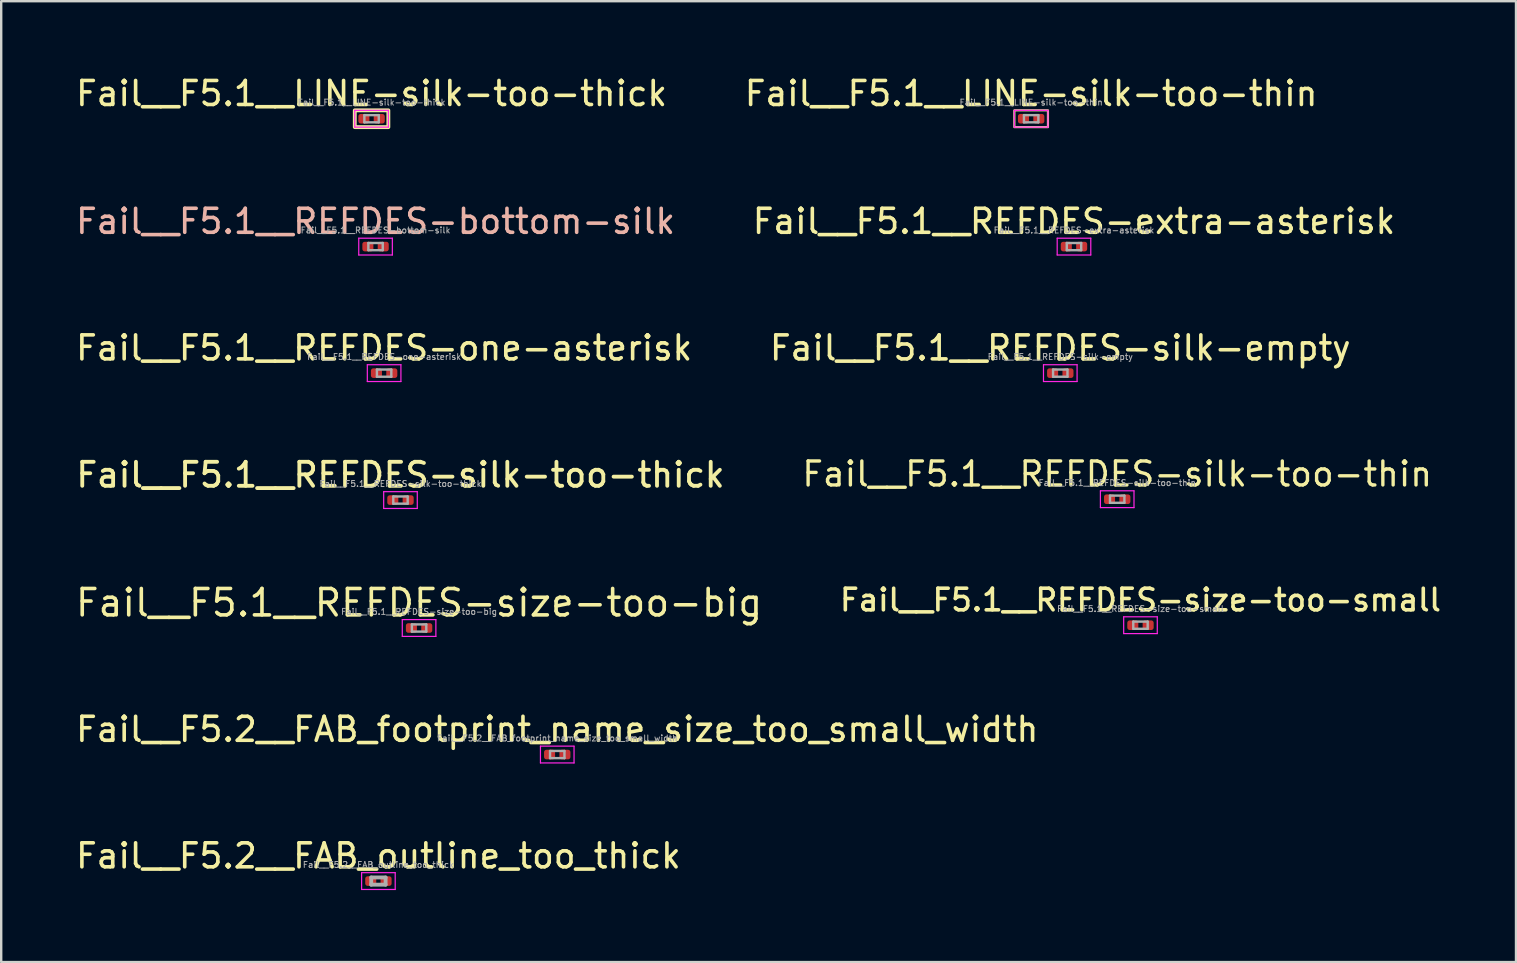
<source format=kicad_pcb>
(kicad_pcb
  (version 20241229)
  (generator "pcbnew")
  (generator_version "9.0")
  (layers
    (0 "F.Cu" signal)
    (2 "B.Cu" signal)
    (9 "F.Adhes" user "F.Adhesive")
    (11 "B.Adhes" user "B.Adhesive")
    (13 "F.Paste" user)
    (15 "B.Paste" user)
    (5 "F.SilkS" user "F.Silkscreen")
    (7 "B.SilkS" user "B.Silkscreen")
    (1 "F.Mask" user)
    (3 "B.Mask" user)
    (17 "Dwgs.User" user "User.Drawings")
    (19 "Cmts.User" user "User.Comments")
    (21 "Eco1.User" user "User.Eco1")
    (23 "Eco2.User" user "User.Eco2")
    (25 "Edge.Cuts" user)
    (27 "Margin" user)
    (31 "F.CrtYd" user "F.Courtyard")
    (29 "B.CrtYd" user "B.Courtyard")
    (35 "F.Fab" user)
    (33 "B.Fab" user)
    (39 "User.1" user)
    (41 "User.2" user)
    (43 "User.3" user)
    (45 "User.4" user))
  (footprint "Fail__F5.1__REFDES-extra-asterisk"
    (layer "F.Cu")
    (at 41.708 7.226)
    (property "Reference" "Fail__F5.1__REFDES-extra-asterisk" (at 0 -1.05 0) (layer "F.SilkS") (effects (font (size 1 1) (thickness 0.15))))
    (attr smd)
    (fp_line (start -0.7 -0.35) (end 0.7 -0.35) (stroke (width 0.05) (type solid)) (layer "F.CrtYd"))
    (fp_line (start -0.7 0.35) (end -0.7 -0.35) (stroke (width 0.05) (type solid)) (layer "F.CrtYd"))
    (fp_line (start 0.7 -0.35) (end 0.7 0.35) (stroke (width 0.05) (type solid)) (layer "F.CrtYd"))
    (fp_line (start 0.7 0.35) (end -0.7 0.35) (stroke (width 0.05) (type solid)) (layer "F.CrtYd"))
    (fp_line (start -0.3 -0.15) (end 0.3 -0.15) (stroke (width 0.1) (type solid)) (layer "F.Fab"))
    (fp_line (start -0.3 0.15) (end -0.3 -0.15) (stroke (width 0.1) (type solid)) (layer "F.Fab"))
    (fp_line (start 0.3 -0.15) (end 0.3 0.15) (stroke (width 0.1) (type solid)) (layer "F.Fab"))
    (fp_line (start 0.3 0.15) (end -0.3 0.15) (stroke (width 0.1) (type solid)) (layer "F.Fab"))
    (fp_text user "${REFERENCE}" (at 0 -0.68 0) (layer "F.Fab") (effects (font (size 0.25 0.25) (thickness 0.04))))
    (pad "" smd roundrect (at -0.345 0) (size 0.318 0.36) (layers "F.Paste") (roundrect_rratio 0.25))
    (pad "" smd roundrect (at 0.345 0) (size 0.318 0.36) (layers "F.Paste") (roundrect_rratio 0.25))
    (pad "1" smd roundrect (at -0.32 0) (size 0.46 0.4) (layers "F.Cu" "F.Mask") (roundrect_rratio 0.25))
    (pad "2" smd roundrect (at 0.32 0) (size 0.46 0.4) (layers "F.Cu" "F.Mask") (roundrect_rratio 0.25)))
  (footprint "Fail__F5.2__FAB_footprint_name_size_too_small_width"
    (layer "F.Cu")
    (at 20.173 28.396)
    (property "Reference" "Fail__F5.2__FAB_footprint_name_size_too_small_width" (at 0 -1.05 0) (layer "F.SilkS") (effects (font (size 1 1) (thickness 0.15))))
    (attr smd)
    (fp_line (start -0.7 -0.35) (end 0.7 -0.35) (stroke (width 0.05) (type solid)) (layer "F.CrtYd"))
    (fp_line (start -0.7 0.35) (end -0.7 -0.35) (stroke (width 0.05) (type solid)) (layer "F.CrtYd"))
    (fp_line (start 0.7 -0.35) (end 0.7 0.35) (stroke (width 0.05) (type solid)) (layer "F.CrtYd"))
    (fp_line (start 0.7 0.35) (end -0.7 0.35) (stroke (width 0.05) (type solid)) (layer "F.CrtYd"))
    (fp_line (start -0.3 -0.15) (end 0.3 -0.15) (stroke (width 0.1) (type solid)) (layer "F.Fab"))
    (fp_line (start -0.3 0.15) (end -0.3 -0.15) (stroke (width 0.1) (type solid)) (layer "F.Fab"))
    (fp_line (start 0.3 -0.15) (end 0.3 0.15) (stroke (width 0.1) (type solid)) (layer "F.Fab"))
    (fp_line (start 0.3 0.15) (end -0.3 0.15) (stroke (width 0.1) (type solid)) (layer "F.Fab"))
    (fp_text user "${REFERENCE}" (at 0 -0.68 0) (layer "F.Fab") (effects (font (size 0.25 0.25) (thickness 0.04))))
    (pad "" smd roundrect (at -0.345 0) (size 0.318 0.36) (layers "F.Paste") (roundrect_rratio 0.25))
    (pad "" smd roundrect (at 0.345 0) (size 0.318 0.36) (layers "F.Paste") (roundrect_rratio 0.25))
    (pad "1" smd roundrect (at -0.32 0) (size 0.46 0.4) (layers "F.Cu" "F.Mask") (roundrect_rratio 0.25))
    (pad "2" smd roundrect (at 0.32 0) (size 0.46 0.4) (layers "F.Cu" "F.Mask") (roundrect_rratio 0.25)))
  (footprint "Fail__F5.1__REFDES-size-too-big"
    (layer "F.Cu")
    (at 14.415 23.122)
    (property "Reference" "Fail__F5.1__REFDES-size-too-big" (at 0 -1.05 0) (layer "F.SilkS") (effects (font (size 1.1 1.1) (thickness 0.15))))
    (attr smd)
    (fp_line (start -0.7 -0.35) (end 0.7 -0.35) (stroke (width 0.05) (type solid)) (layer "F.CrtYd"))
    (fp_line (start -0.7 0.35) (end -0.7 -0.35) (stroke (width 0.05) (type solid)) (layer "F.CrtYd"))
    (fp_line (start 0.7 -0.35) (end 0.7 0.35) (stroke (width 0.05) (type solid)) (layer "F.CrtYd"))
    (fp_line (start 0.7 0.35) (end -0.7 0.35) (stroke (width 0.05) (type solid)) (layer "F.CrtYd"))
    (fp_line (start -0.3 -0.15) (end 0.3 -0.15) (stroke (width 0.1) (type solid)) (layer "F.Fab"))
    (fp_line (start -0.3 0.15) (end -0.3 -0.15) (stroke (width 0.1) (type solid)) (layer "F.Fab"))
    (fp_line (start 0.3 -0.15) (end 0.3 0.15) (stroke (width 0.1) (type solid)) (layer "F.Fab"))
    (fp_line (start 0.3 0.15) (end -0.3 0.15) (stroke (width 0.1) (type solid)) (layer "F.Fab"))
    (fp_text user "${REFERENCE}" (at 0 -0.68 0) (layer "F.Fab") (effects (font (size 0.25 0.25) (thickness 0.04))))
    (pad "" smd roundrect (at -0.345 0) (size 0.318 0.36) (layers "F.Paste") (roundrect_rratio 0.25))
    (pad "" smd roundrect (at 0.345 0) (size 0.318 0.36) (layers "F.Paste") (roundrect_rratio 0.25))
    (pad "1" smd roundrect (at -0.32 0) (size 0.46 0.4) (layers "F.Cu" "F.Mask") (roundrect_rratio 0.25))
    (pad "2" smd roundrect (at 0.32 0) (size 0.46 0.4) (layers "F.Cu" "F.Mask") (roundrect_rratio 0.25)))
  (footprint "Fail__F5.1__REFDES-silk-empty"
    (layer "F.Cu")
    (at 41.137 12.5)
    (property "Reference" "Fail__F5.1__REFDES-silk-empty" (at 0 -1.05 0) (layer "F.SilkS") (effects (font (size 1 1) (thickness 0.15))))
    (attr smd)
    (fp_line (start -0.7 -0.35) (end 0.7 -0.35) (stroke (width 0.05) (type solid)) (layer "F.CrtYd"))
    (fp_line (start -0.7 0.35) (end -0.7 -0.35) (stroke (width 0.05) (type solid)) (layer "F.CrtYd"))
    (fp_line (start 0.7 -0.35) (end 0.7 0.35) (stroke (width 0.05) (type solid)) (layer "F.CrtYd"))
    (fp_line (start 0.7 0.35) (end -0.7 0.35) (stroke (width 0.05) (type solid)) (layer "F.CrtYd"))
    (fp_line (start -0.3 -0.15) (end 0.3 -0.15) (stroke (width 0.1) (type solid)) (layer "F.Fab"))
    (fp_line (start -0.3 0.15) (end -0.3 -0.15) (stroke (width 0.1) (type solid)) (layer "F.Fab"))
    (fp_line (start 0.3 -0.15) (end 0.3 0.15) (stroke (width 0.1) (type solid)) (layer "F.Fab"))
    (fp_line (start 0.3 0.15) (end -0.3 0.15) (stroke (width 0.1) (type solid)) (layer "F.Fab"))
    (fp_text user "${REFERENCE}" (at 0 -0.68 0) (layer "F.Fab") (effects (font (size 0.25 0.25) (thickness 0.04))))
    (pad "" smd roundrect (at -0.345 0) (size 0.318 0.36) (layers "F.Paste") (roundrect_rratio 0.25))
    (pad "" smd roundrect (at 0.345 0) (size 0.318 0.36) (layers "F.Paste") (roundrect_rratio 0.25))
    (pad "1" smd roundrect (at -0.32 0) (size 0.46 0.4) (layers "F.Cu" "F.Mask") (roundrect_rratio 0.25))
    (pad "2" smd roundrect (at 0.32 0) (size 0.46 0.4) (layers "F.Cu" "F.Mask") (roundrect_rratio 0.25)))
  (footprint "Fail__F5.1__REFDES-one-asterisk"
    (layer "F.Cu")
    (at 12.958 12.5)
    (property "Reference" "Fail__F5.1__REFDES-one-asterisk" (at 0 -1.05 0) (layer "F.SilkS") (effects (font (size 1 1) (thickness 0.15))))
    (attr smd)
    (fp_line (start -0.7 -0.35) (end 0.7 -0.35) (stroke (width 0.05) (type solid)) (layer "F.CrtYd"))
    (fp_line (start -0.7 0.35) (end -0.7 -0.35) (stroke (width 0.05) (type solid)) (layer "F.CrtYd"))
    (fp_line (start 0.7 -0.35) (end 0.7 0.35) (stroke (width 0.05) (type solid)) (layer "F.CrtYd"))
    (fp_line (start 0.7 0.35) (end -0.7 0.35) (stroke (width 0.05) (type solid)) (layer "F.CrtYd"))
    (fp_line (start -0.3 -0.15) (end 0.3 -0.15) (stroke (width 0.1) (type solid)) (layer "F.Fab"))
    (fp_line (start -0.3 0.15) (end -0.3 -0.15) (stroke (width 0.1) (type solid)) (layer "F.Fab"))
    (fp_line (start 0.3 -0.15) (end 0.3 0.15) (stroke (width 0.1) (type solid)) (layer "F.Fab"))
    (fp_line (start 0.3 0.15) (end -0.3 0.15) (stroke (width 0.1) (type solid)) (layer "F.Fab"))
    (fp_text user "${REFERENCE}" (at 0 -0.68 0) (layer "F.Fab") (effects (font (size 0.25 0.25) (thickness 0.04))))
    (pad "" smd roundrect (at -0.345 0) (size 0.318 0.36) (layers "F.Paste") (roundrect_rratio 0.25))
    (pad "" smd roundrect (at 0.345 0) (size 0.318 0.36) (layers "F.Paste") (roundrect_rratio 0.25))
    (pad "1" smd roundrect (at -0.32 0) (size 0.46 0.4) (layers "F.Cu" "F.Mask") (roundrect_rratio 0.25))
    (pad "2" smd roundrect (at 0.32 0) (size 0.46 0.4) (layers "F.Cu" "F.Mask") (roundrect_rratio 0.25)))
  (footprint "Fail__F5.1__LINE-silk-too-thick"
    (layer "F.Cu")
    (at 12.435 1.898)
    (property "Reference" "Fail__F5.1__LINE-silk-too-thick" (at 0 -1.05 0) (layer "F.SilkS") (effects (font (size 1 1) (thickness 0.15))))
    (attr smd)
    (fp_rect (start -0.7 -0.35) (end 0.7 0.35) (stroke (width 0.16) (type solid)) (fill no) (layer "F.SilkS"))
    (fp_line (start -0.7 -0.35) (end 0.7 -0.35) (stroke (width 0.05) (type solid)) (layer "F.CrtYd"))
    (fp_line (start -0.7 0.35) (end -0.7 -0.35) (stroke (width 0.05) (type solid)) (layer "F.CrtYd"))
    (fp_line (start 0.7 -0.35) (end 0.7 0.35) (stroke (width 0.05) (type solid)) (layer "F.CrtYd"))
    (fp_line (start 0.7 0.35) (end -0.7 0.35) (stroke (width 0.05) (type solid)) (layer "F.CrtYd"))
    (fp_line (start -0.3 -0.15) (end 0.3 -0.15) (stroke (width 0.1) (type solid)) (layer "F.Fab"))
    (fp_line (start -0.3 0.15) (end -0.3 -0.15) (stroke (width 0.1) (type solid)) (layer "F.Fab"))
    (fp_line (start 0.3 -0.15) (end 0.3 0.15) (stroke (width 0.1) (type solid)) (layer "F.Fab"))
    (fp_line (start 0.3 0.15) (end -0.3 0.15) (stroke (width 0.1) (type solid)) (layer "F.Fab"))
    (fp_text user "${REFERENCE}" (at 0 -0.68 0) (layer "F.Fab") (effects (font (size 0.25 0.25) (thickness 0.04))))
    (pad "" smd roundrect (at -0.345 0) (size 0.318 0.36) (layers "F.Paste") (roundrect_rratio 0.25))
    (pad "" smd roundrect (at 0.345 0) (size 0.318 0.36) (layers "F.Paste") (roundrect_rratio 0.25))
    (pad "1" smd roundrect (at -0.32 0) (size 0.46 0.4) (layers "F.Cu" "F.Mask") (roundrect_rratio 0.25))
    (pad "2" smd roundrect (at 0.32 0) (size 0.46 0.4) (layers "F.Cu" "F.Mask") (roundrect_rratio 0.25)))
  (footprint "Fail__F5.1__REFDES-silk-too-thin"
    (layer "F.Cu")
    (at 43.509 17.755)
    (property "Reference" "Fail__F5.1__REFDES-silk-too-thin" (at 0 -1.05 0) (layer "F.SilkS") (effects (font (size 1 1) (thickness 0.14))))
    (attr smd)
    (fp_line (start -0.7 -0.35) (end 0.7 -0.35) (stroke (width 0.05) (type solid)) (layer "F.CrtYd"))
    (fp_line (start -0.7 0.35) (end -0.7 -0.35) (stroke (width 0.05) (type solid)) (layer "F.CrtYd"))
    (fp_line (start 0.7 -0.35) (end 0.7 0.35) (stroke (width 0.05) (type solid)) (layer "F.CrtYd"))
    (fp_line (start 0.7 0.35) (end -0.7 0.35) (stroke (width 0.05) (type solid)) (layer "F.CrtYd"))
    (fp_line (start -0.3 -0.15) (end 0.3 -0.15) (stroke (width 0.1) (type solid)) (layer "F.Fab"))
    (fp_line (start -0.3 0.15) (end -0.3 -0.15) (stroke (width 0.1) (type solid)) (layer "F.Fab"))
    (fp_line (start 0.3 -0.15) (end 0.3 0.15) (stroke (width 0.1) (type solid)) (layer "F.Fab"))
    (fp_line (start 0.3 0.15) (end -0.3 0.15) (stroke (width 0.1) (type solid)) (layer "F.Fab"))
    (fp_text user "${REFERENCE}" (at 0 -0.68 0) (layer "F.Fab") (effects (font (size 0.25 0.25) (thickness 0.04))))
    (pad "" smd roundrect (at -0.345 0) (size 0.318 0.36) (layers "F.Paste") (roundrect_rratio 0.25))
    (pad "" smd roundrect (at 0.345 0) (size 0.318 0.36) (layers "F.Paste") (roundrect_rratio 0.25))
    (pad "1" smd roundrect (at -0.32 0) (size 0.46 0.4) (layers "F.Cu" "F.Mask") (roundrect_rratio 0.25))
    (pad "2" smd roundrect (at 0.32 0) (size 0.46 0.4) (layers "F.Cu" "F.Mask") (roundrect_rratio 0.25)))
  (footprint "Fail__F5.1__REFDES-silk-too-thick"
    (layer "F.Cu")
    (at 13.64 17.791)
    (property "Reference" "Fail__F5.1__REFDES-silk-too-thick" (at 0 -1.05 0) (layer "F.SilkS") (effects (font (size 1 1) (thickness 0.16))))
    (attr smd)
    (fp_line (start -0.7 -0.35) (end 0.7 -0.35) (stroke (width 0.05) (type solid)) (layer "F.CrtYd"))
    (fp_line (start -0.7 0.35) (end -0.7 -0.35) (stroke (width 0.05) (type solid)) (layer "F.CrtYd"))
    (fp_line (start 0.7 -0.35) (end 0.7 0.35) (stroke (width 0.05) (type solid)) (layer "F.CrtYd"))
    (fp_line (start 0.7 0.35) (end -0.7 0.35) (stroke (width 0.05) (type solid)) (layer "F.CrtYd"))
    (fp_line (start -0.3 -0.15) (end 0.3 -0.15) (stroke (width 0.1) (type solid)) (layer "F.Fab"))
    (fp_line (start -0.3 0.15) (end -0.3 -0.15) (stroke (width 0.1) (type solid)) (layer "F.Fab"))
    (fp_line (start 0.3 -0.15) (end 0.3 0.15) (stroke (width 0.1) (type solid)) (layer "F.Fab"))
    (fp_line (start 0.3 0.15) (end -0.3 0.15) (stroke (width 0.1) (type solid)) (layer "F.Fab"))
    (fp_text user "${REFERENCE}" (at 0 -0.68 0) (layer "F.Fab") (effects (font (size 0.25 0.25) (thickness 0.04))))
    (pad "" smd roundrect (at -0.345 0) (size 0.318 0.36) (layers "F.Paste") (roundrect_rratio 0.25))
    (pad "" smd roundrect (at 0.345 0) (size 0.318 0.36) (layers "F.Paste") (roundrect_rratio 0.25))
    (pad "1" smd roundrect (at -0.32 0) (size 0.46 0.4) (layers "F.Cu" "F.Mask") (roundrect_rratio 0.25))
    (pad "2" smd roundrect (at 0.32 0) (size 0.46 0.4) (layers "F.Cu" "F.Mask") (roundrect_rratio 0.25)))
  (footprint "Fail__F5.1__REFDES-size-too-small"
    (layer "F.Cu")
    (at 44.479 23.005)
    (property "Reference" "Fail__F5.1__REFDES-size-too-small" (at 0 -1.05 0) (layer "F.SilkS") (effects (font (size 0.9 0.9) (thickness 0.15))))
    (attr smd)
    (fp_line (start -0.7 -0.35) (end 0.7 -0.35) (stroke (width 0.05) (type solid)) (layer "F.CrtYd"))
    (fp_line (start -0.7 0.35) (end -0.7 -0.35) (stroke (width 0.05) (type solid)) (layer "F.CrtYd"))
    (fp_line (start 0.7 -0.35) (end 0.7 0.35) (stroke (width 0.05) (type solid)) (layer "F.CrtYd"))
    (fp_line (start 0.7 0.35) (end -0.7 0.35) (stroke (width 0.05) (type solid)) (layer "F.CrtYd"))
    (fp_line (start -0.3 -0.15) (end 0.3 -0.15) (stroke (width 0.1) (type solid)) (layer "F.Fab"))
    (fp_line (start -0.3 0.15) (end -0.3 -0.15) (stroke (width 0.1) (type solid)) (layer "F.Fab"))
    (fp_line (start 0.3 -0.15) (end 0.3 0.15) (stroke (width 0.1) (type solid)) (layer "F.Fab"))
    (fp_line (start 0.3 0.15) (end -0.3 0.15) (stroke (width 0.1) (type solid)) (layer "F.Fab"))
    (fp_text user "${REFERENCE}" (at 0 -0.68 0) (layer "F.Fab") (effects (font (size 0.25 0.25) (thickness 0.04))))
    (pad "" smd roundrect (at -0.345 0) (size 0.318 0.36) (layers "F.Paste") (roundrect_rratio 0.25))
    (pad "" smd roundrect (at 0.345 0) (size 0.318 0.36) (layers "F.Paste") (roundrect_rratio 0.25))
    (pad "1" smd roundrect (at -0.32 0) (size 0.46 0.4) (layers "F.Cu" "F.Mask") (roundrect_rratio 0.25))
    (pad "2" smd roundrect (at 0.32 0) (size 0.46 0.4) (layers "F.Cu" "F.Mask") (roundrect_rratio 0.25)))
  (footprint "Fail__F5.1__REFDES-bottom-silk"
    (layer "F.Cu")
    (at 12.601 7.226)
    (property "Reference" "Fail__F5.1__REFDES-bottom-silk" (at 0 -1.05 0) (layer "B.SilkS") (effects (font (size 1 1) (thickness 0.15))))
    (attr smd)
    (fp_line (start -0.7 -0.35) (end 0.7 -0.35) (stroke (width 0.05) (type solid)) (layer "F.CrtYd"))
    (fp_line (start -0.7 0.35) (end -0.7 -0.35) (stroke (width 0.05) (type solid)) (layer "F.CrtYd"))
    (fp_line (start 0.7 -0.35) (end 0.7 0.35) (stroke (width 0.05) (type solid)) (layer "F.CrtYd"))
    (fp_line (start 0.7 0.35) (end -0.7 0.35) (stroke (width 0.05) (type solid)) (layer "F.CrtYd"))
    (fp_line (start -0.3 -0.15) (end 0.3 -0.15) (stroke (width 0.1) (type solid)) (layer "F.Fab"))
    (fp_line (start -0.3 0.15) (end -0.3 -0.15) (stroke (width 0.1) (type solid)) (layer "F.Fab"))
    (fp_line (start 0.3 -0.15) (end 0.3 0.15) (stroke (width 0.1) (type solid)) (layer "F.Fab"))
    (fp_line (start 0.3 0.15) (end -0.3 0.15) (stroke (width 0.1) (type solid)) (layer "F.Fab"))
    (fp_text user "${REFERENCE}" (at 0 -0.68 0) (layer "F.Fab") (effects (font (size 0.25 0.25) (thickness 0.04))))
    (pad "" smd roundrect (at -0.345 0) (size 0.318 0.36) (layers "F.Paste") (roundrect_rratio 0.25))
    (pad "" smd roundrect (at 0.345 0) (size 0.318 0.36) (layers "F.Paste") (roundrect_rratio 0.25))
    (pad "1" smd roundrect (at -0.32 0) (size 0.46 0.4) (layers "F.Cu" "F.Mask") (roundrect_rratio 0.25))
    (pad "2" smd roundrect (at 0.32 0) (size 0.46 0.4) (layers "F.Cu" "F.Mask") (roundrect_rratio 0.25)))
  (footprint "Fail__F5.1__LINE-silk-too-thin"
    (layer "F.Cu")
    (at 39.923 1.898)
    (property "Reference" "Fail__F5.1__LINE-silk-too-thin" (at 0 -1.05 0) (layer "F.SilkS") (effects (font (size 1 1) (thickness 0.15))))
    (attr smd)
    (fp_rect (start -0.7 -0.35) (end 0.7 0.35) (stroke (width 0.09) (type solid)) (fill no) (layer "F.SilkS"))
    (fp_line (start -0.7 -0.35) (end 0.7 -0.35) (stroke (width 0.05) (type solid)) (layer "F.CrtYd"))
    (fp_line (start -0.7 0.35) (end -0.7 -0.35) (stroke (width 0.05) (type solid)) (layer "F.CrtYd"))
    (fp_line (start 0.7 -0.35) (end 0.7 0.35) (stroke (width 0.05) (type solid)) (layer "F.CrtYd"))
    (fp_line (start 0.7 0.35) (end -0.7 0.35) (stroke (width 0.05) (type solid)) (layer "F.CrtYd"))
    (fp_line (start -0.3 -0.15) (end 0.3 -0.15) (stroke (width 0.1) (type solid)) (layer "F.Fab"))
    (fp_line (start -0.3 0.15) (end -0.3 -0.15) (stroke (width 0.1) (type solid)) (layer "F.Fab"))
    (fp_line (start 0.3 -0.15) (end 0.3 0.15) (stroke (width 0.1) (type solid)) (layer "F.Fab"))
    (fp_line (start 0.3 0.15) (end -0.3 0.15) (stroke (width 0.1) (type solid)) (layer "F.Fab"))
    (fp_text user "${REFERENCE}" (at 0 -0.68 0) (layer "F.Fab") (effects (font (size 0.25 0.25) (thickness 0.04))))
    (pad "" smd roundrect (at -0.345 0) (size 0.318 0.36) (layers "F.Paste") (roundrect_rratio 0.25))
    (pad "" smd roundrect (at 0.345 0) (size 0.318 0.36) (layers "F.Paste") (roundrect_rratio 0.25))
    (pad "1" smd roundrect (at -0.32 0) (size 0.46 0.4) (layers "F.Cu" "F.Mask") (roundrect_rratio 0.25))
    (pad "2" smd roundrect (at 0.32 0) (size 0.46 0.4) (layers "F.Cu" "F.Mask") (roundrect_rratio 0.25)))
  (footprint "Fail__F5.2__FAB_outline_too_thick"
    (layer "F.Cu")
    (at 12.72 33.669)
    (property "Reference" "Fail__F5.2__FAB_outline_too_thick" (at 0 -1.05 0) (layer "F.SilkS") (effects (font (size 1 1) (thickness 0.15))))
    (attr smd)
    (fp_line (start -0.7 -0.35) (end 0.7 -0.35) (stroke (width 0.05) (type solid)) (layer "F.CrtYd"))
    (fp_line (start -0.7 0.35) (end -0.7 -0.35) (stroke (width 0.05) (type solid)) (layer "F.CrtYd"))
    (fp_line (start 0.7 -0.35) (end 0.7 0.35) (stroke (width 0.05) (type solid)) (layer "F.CrtYd"))
    (fp_line (start 0.7 0.35) (end -0.7 0.35) (stroke (width 0.05) (type solid)) (layer "F.CrtYd"))
    (fp_line (start -0.3 -0.15) (end 0.3 -0.15) (stroke (width 0.16) (type solid)) (layer "F.Fab"))
    (fp_line (start -0.3 0.15) (end -0.3 -0.15) (stroke (width 0.16) (type solid)) (layer "F.Fab"))
    (fp_line (start 0.3 -0.15) (end 0.3 0.15) (stroke (width 0.16) (type solid)) (layer "F.Fab"))
    (fp_line (start 0.3 0.15) (end -0.3 0.15) (stroke (width 0.16) (type solid)) (layer "F.Fab"))
    (fp_text user "${REFERENCE}" (at 0 -0.68 0) (layer "F.Fab") (effects (font (size 0.25 0.25) (thickness 0.04))))
    (pad "" smd roundrect (at -0.345 0) (size 0.318 0.36) (layers "F.Paste") (roundrect_rratio 0.25))
    (pad "" smd roundrect (at 0.345 0) (size 0.318 0.36) (layers "F.Paste") (roundrect_rratio 0.25))
    (pad "1" smd roundrect (at -0.32 0) (size 0.46 0.4) (layers "F.Cu" "F.Mask") (roundrect_rratio 0.25))
    (pad "2" smd roundrect (at 0.32 0) (size 0.46 0.4) (layers "F.Cu" "F.Mask") (roundrect_rratio 0.25)))
  (gr_rect
    (start -3 -3)
    (end 60.129 37.044)
    (stroke (width 0.1) (type default))
    (fill no)
    (layer "Edge.Cuts")))
</source>
